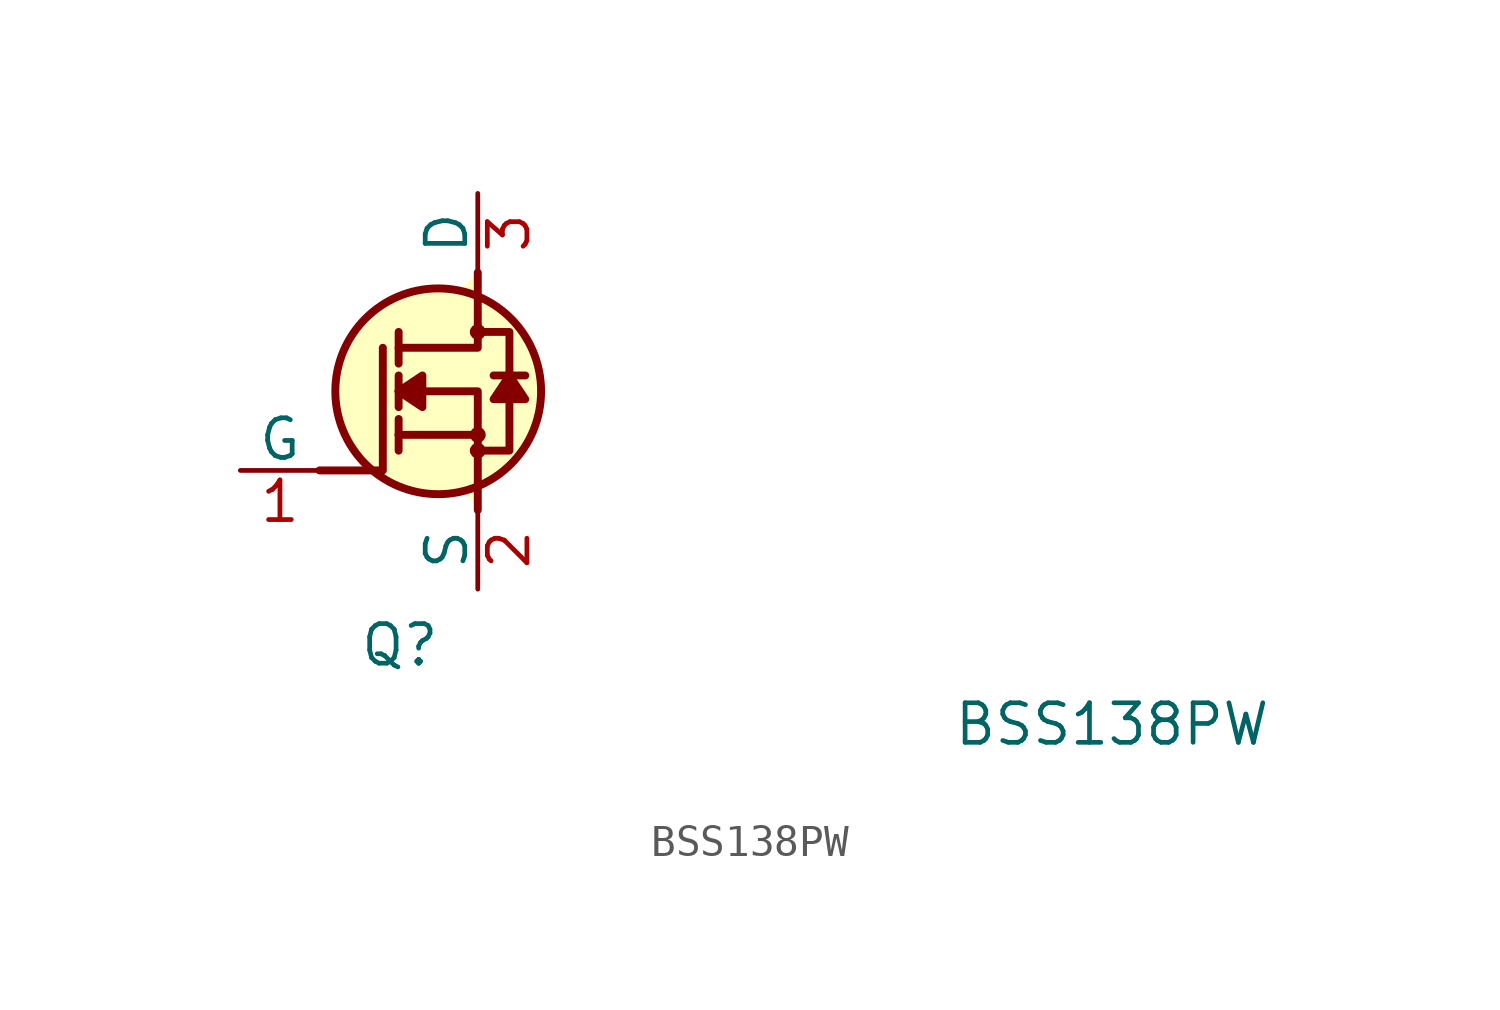
<source format=kicad_sym>
(kicad_symbol_lib
  (version 20211014)
  (generator kicad_symbol_editor)
  (symbol "BSS138PW"
    (pin_names
      (offset 0))
    (property "Reference" "Q"
      (at 3.81 -6.35 0)
      (effects (font (size 1.27 1.27) (thickness 0.15)) (justify left bottom)))
    (property "Value" "BSS138PW"
      (at 22.86 -8.89 0)
      (effects (font (size 1.27 1.27) (thickness 0.15)) (justify left bottom)))
    (symbol "BSS138PW_1_1"
      (polyline (pts (xy 5.08 1.143) (xy 5.08 0.635)) (stroke (width 0.254) (type default) (color 0 0 0 0)) (fill (type background)))
      (polyline (pts (xy 5.08 1.143) (xy 5.08 1.651)) (stroke (width 0.254) (type default) (color 0 0 0 0)) (fill (type background)))
      (polyline (pts (xy 5.08 2.54) (xy 5.08 2.032)) (stroke (width 0.254) (type default) (color 0 0 0 0)) (fill (type background)))
      (polyline (pts (xy 5.08 2.54) (xy 5.08 3.048)) (stroke (width 0.254) (type default) (color 0 0 0 0)) (fill (type background)))
      (polyline (pts (xy 5.08 4.445) (xy 5.08 3.429)) (stroke (width 0.254) (type default) (color 0 0 0 0)) (fill (type background)))
      (polyline (pts (xy 7.62 1.143) (xy 5.08 1.143)) (stroke (width 0.254) (type default) (color 0 0 0 0)) (fill (type background)))
      (polyline (pts (xy 9.144 3.048) (xy 8.128 3.048)) (stroke (width 0.254) (type default) (color 0 0 0 0)) (fill (type background)))
      (polyline (pts (xy 2.54 0) (xy 4.572 0) (xy 4.572 3.937)) (stroke (width 0.254) (type default) (color 0 0 0 0)) (fill (type none)))
      (polyline (pts (xy 7.62 -1.27) (xy 7.62 2.54) (xy 5.08 2.54)) (stroke (width 0.254) (type default) (color 0 0 0 0)) (fill (type background)))
      (polyline (pts (xy 7.62 6.35) (xy 7.62 3.937) (xy 5.08 3.937)) (stroke (width 0.254) (type default) (color 0 0 0 0)) (fill (type background)))
      (polyline (pts (xy 5.08 2.54) (xy 5.842 3.048) (xy 5.842 2.032) (xy 5.08 2.54)) (stroke (width 0.254) (type default) (color 0 0 0 0)) (fill (type outline)))
      (polyline (pts (xy 8.636 3.048) (xy 8.128 2.286) (xy 9.144 2.286) (xy 8.636 3.048)) (stroke (width 0.254) (type default) (color 0 0 0 0)) (fill (type outline)))
      (polyline (pts (xy 7.493 0.635) (xy 8.636 0.635) (xy 8.636 3.937) (xy 8.636 4.445) (xy 7.493 4.445)) (stroke (width 0.254) (type default) (color 0 0 0 0)) (fill (type background)))
      (circle (center 6.35 2.54) (radius 3.302) (stroke (width 0.254) (type default) (color 0 0 0 0)) (fill (type background)))
      (circle (center 7.62 0.635) (radius 0.127) (stroke (width 0.254) (type default) (color 0 0 0 0)) (fill (type background)))
      (circle (center 7.62 1.143) (radius 0.127) (stroke (width 0.254) (type default) (color 0 0 0 0)) (fill (type background)))
      (circle (center 7.62 4.445) (radius 0.127) (stroke (width 0.254) (type default) (color 0 0 0 0)) (fill (type background)))
      (pin bidirectional line (at 0 0 0) (length 2.54) (name "G" (effects (font (size 1.27 1.27)))) (number "1" (effects (font (size 1.27 1.27)))))
      (pin bidirectional line (at 7.62 -3.81 90) (length 2.54) (name "S" (effects (font (size 1.27 1.27)))) (number "2" (effects (font (size 1.27 1.27)))))
      (pin bidirectional line (at 7.62 8.89 270) (length 2.54) (name "D" (effects (font (size 1.27 1.27)))) (number "3" (effects (font (size 1.27 1.27))))))))
</source>
